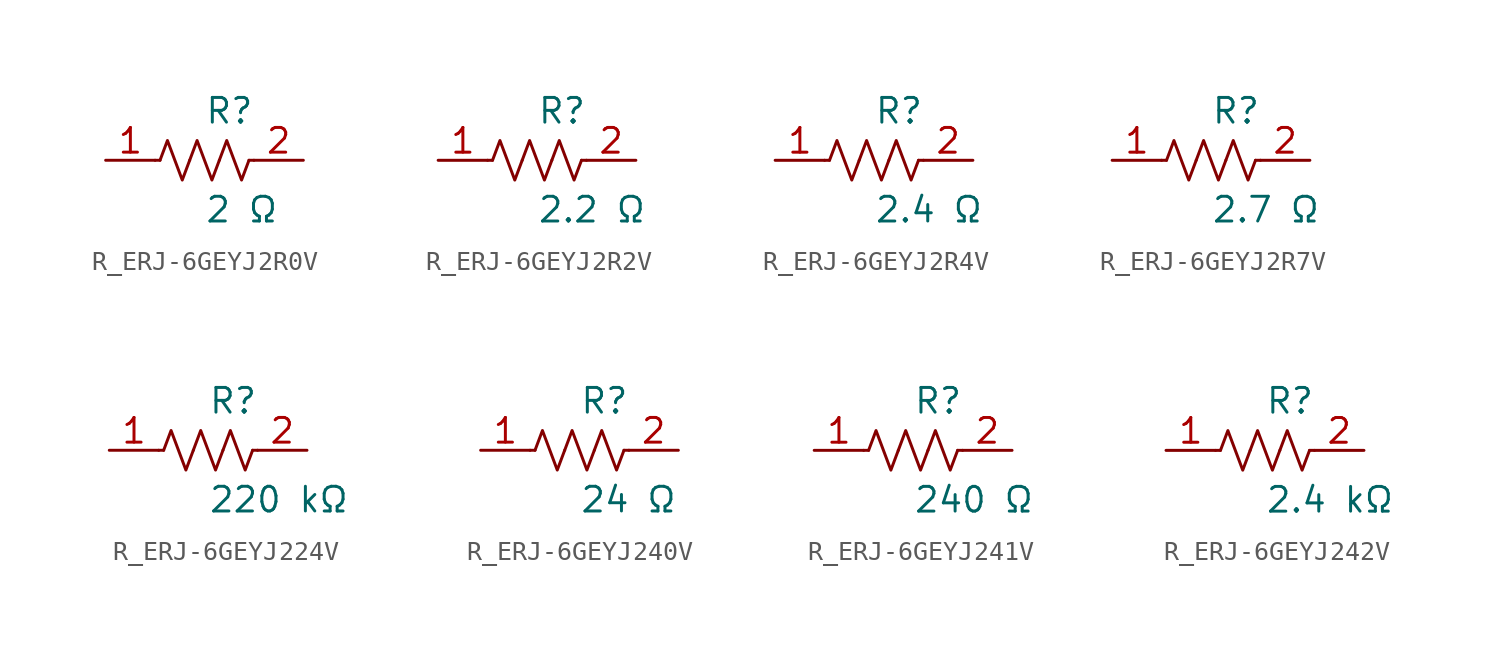
<source format=kicad_sym>
(kicad_symbol_lib
  (version 20231120)
  (generator kicad_symbol_editor)
  (generator_version 8.0)
  (symbol "R_ERJ-6GEYJ2R0V"
    (pin_names
      (offset 0.254))
    (property "Reference" "R"
      (at 0.0 2.54 0)
      (effects (font (size 1.27 1.27)) (justify left)))
    (property "Value" "2 Ω"
      (at 0.0 -2.54 0)
      (effects (font (size 1.27 1.27)) (justify left)))
    (symbol "R_ERJ-6GEYJ2R0V_0_1"
      (polyline (pts (xy 2.286 0) (xy 2.54 0)) (stroke (width 0) (type default)) (fill (type none)))
      (polyline (pts (xy -2.286 0) (xy -2.54 0)) (stroke (width 0) (type default)) (fill (type none)))
      (polyline (pts (xy 0.762 0) (xy 1.143 1.016) (xy 1.524 0) (xy 1.905 -1.016) (xy 2.286 0)) (stroke (width 0) (type default)) (fill (type none)))
      (polyline (pts (xy -0.762 0) (xy -0.381 1.016) (xy 0 0) (xy 0.381 -1.016) (xy 0.762 0)) (stroke (width 0) (type default)) (fill (type none)))
      (polyline (pts (xy -2.286 0) (xy -1.905 1.016) (xy -1.524 0) (xy -1.143 -1.016) (xy -0.762 0)) (stroke (width 0) (type default)) (fill (type none))))
    (pin unspecified line
      (at -5.08 0 0)
      (length 2.54)
      (name "" (effects (font (size 1.27 1.27))))
      (number "1" (effects (font (size 1.27 1.27)))))
    (pin unspecified line
      (at 5.08 0 180)
      (length 2.54)
      (name "" (effects (font (size 1.27 1.27))))
      (number "2" (effects (font (size 1.27 1.27))))))
  (symbol "R_ERJ-6GEYJ2R2V"
    (pin_names
      (offset 0.254))
    (property "Reference" "R"
      (at 0.0 2.54 0)
      (effects (font (size 1.27 1.27)) (justify left)))
    (property "Value" "2.2 Ω"
      (at 0.0 -2.54 0)
      (effects (font (size 1.27 1.27)) (justify left)))
    (symbol "R_ERJ-6GEYJ2R2V_0_1"
      (polyline (pts (xy 2.286 0) (xy 2.54 0)) (stroke (width 0) (type default)) (fill (type none)))
      (polyline (pts (xy -2.286 0) (xy -2.54 0)) (stroke (width 0) (type default)) (fill (type none)))
      (polyline (pts (xy 0.762 0) (xy 1.143 1.016) (xy 1.524 0) (xy 1.905 -1.016) (xy 2.286 0)) (stroke (width 0) (type default)) (fill (type none)))
      (polyline (pts (xy -0.762 0) (xy -0.381 1.016) (xy 0 0) (xy 0.381 -1.016) (xy 0.762 0)) (stroke (width 0) (type default)) (fill (type none)))
      (polyline (pts (xy -2.286 0) (xy -1.905 1.016) (xy -1.524 0) (xy -1.143 -1.016) (xy -0.762 0)) (stroke (width 0) (type default)) (fill (type none))))
    (pin unspecified line
      (at -5.08 0 0)
      (length 2.54)
      (name "" (effects (font (size 1.27 1.27))))
      (number "1" (effects (font (size 1.27 1.27)))))
    (pin unspecified line
      (at 5.08 0 180)
      (length 2.54)
      (name "" (effects (font (size 1.27 1.27))))
      (number "2" (effects (font (size 1.27 1.27))))))
  (symbol "R_ERJ-6GEYJ2R4V"
    (pin_names
      (offset 0.254))
    (property "Reference" "R"
      (at 0.0 2.54 0)
      (effects (font (size 1.27 1.27)) (justify left)))
    (property "Value" "2.4 Ω"
      (at 0.0 -2.54 0)
      (effects (font (size 1.27 1.27)) (justify left)))
    (symbol "R_ERJ-6GEYJ2R4V_0_1"
      (polyline (pts (xy 2.286 0) (xy 2.54 0)) (stroke (width 0) (type default)) (fill (type none)))
      (polyline (pts (xy -2.286 0) (xy -2.54 0)) (stroke (width 0) (type default)) (fill (type none)))
      (polyline (pts (xy 0.762 0) (xy 1.143 1.016) (xy 1.524 0) (xy 1.905 -1.016) (xy 2.286 0)) (stroke (width 0) (type default)) (fill (type none)))
      (polyline (pts (xy -0.762 0) (xy -0.381 1.016) (xy 0 0) (xy 0.381 -1.016) (xy 0.762 0)) (stroke (width 0) (type default)) (fill (type none)))
      (polyline (pts (xy -2.286 0) (xy -1.905 1.016) (xy -1.524 0) (xy -1.143 -1.016) (xy -0.762 0)) (stroke (width 0) (type default)) (fill (type none))))
    (pin unspecified line
      (at -5.08 0 0)
      (length 2.54)
      (name "" (effects (font (size 1.27 1.27))))
      (number "1" (effects (font (size 1.27 1.27)))))
    (pin unspecified line
      (at 5.08 0 180)
      (length 2.54)
      (name "" (effects (font (size 1.27 1.27))))
      (number "2" (effects (font (size 1.27 1.27))))))
  (symbol "R_ERJ-6GEYJ2R7V"
    (pin_names
      (offset 0.254))
    (property "Reference" "R"
      (at 0.0 2.54 0)
      (effects (font (size 1.27 1.27)) (justify left)))
    (property "Value" "2.7 Ω"
      (at 0.0 -2.54 0)
      (effects (font (size 1.27 1.27)) (justify left)))
    (symbol "R_ERJ-6GEYJ2R7V_0_1"
      (polyline (pts (xy 2.286 0) (xy 2.54 0)) (stroke (width 0) (type default)) (fill (type none)))
      (polyline (pts (xy -2.286 0) (xy -2.54 0)) (stroke (width 0) (type default)) (fill (type none)))
      (polyline (pts (xy 0.762 0) (xy 1.143 1.016) (xy 1.524 0) (xy 1.905 -1.016) (xy 2.286 0)) (stroke (width 0) (type default)) (fill (type none)))
      (polyline (pts (xy -0.762 0) (xy -0.381 1.016) (xy 0 0) (xy 0.381 -1.016) (xy 0.762 0)) (stroke (width 0) (type default)) (fill (type none)))
      (polyline (pts (xy -2.286 0) (xy -1.905 1.016) (xy -1.524 0) (xy -1.143 -1.016) (xy -0.762 0)) (stroke (width 0) (type default)) (fill (type none))))
    (pin unspecified line
      (at -5.08 0 0)
      (length 2.54)
      (name "" (effects (font (size 1.27 1.27))))
      (number "1" (effects (font (size 1.27 1.27)))))
    (pin unspecified line
      (at 5.08 0 180)
      (length 2.54)
      (name "" (effects (font (size 1.27 1.27))))
      (number "2" (effects (font (size 1.27 1.27))))))
  (symbol "R_ERJ-6GEYJ224V"
    (pin_names
      (offset 0.254))
    (property "Reference" "R"
      (at 0.0 2.54 0)
      (effects (font (size 1.27 1.27)) (justify left)))
    (property "Value" "220 kΩ"
      (at 0.0 -2.54 0)
      (effects (font (size 1.27 1.27)) (justify left)))
    (symbol "R_ERJ-6GEYJ224V_0_1"
      (polyline (pts (xy 2.286 0) (xy 2.54 0)) (stroke (width 0) (type default)) (fill (type none)))
      (polyline (pts (xy -2.286 0) (xy -2.54 0)) (stroke (width 0) (type default)) (fill (type none)))
      (polyline (pts (xy 0.762 0) (xy 1.143 1.016) (xy 1.524 0) (xy 1.905 -1.016) (xy 2.286 0)) (stroke (width 0) (type default)) (fill (type none)))
      (polyline (pts (xy -0.762 0) (xy -0.381 1.016) (xy 0 0) (xy 0.381 -1.016) (xy 0.762 0)) (stroke (width 0) (type default)) (fill (type none)))
      (polyline (pts (xy -2.286 0) (xy -1.905 1.016) (xy -1.524 0) (xy -1.143 -1.016) (xy -0.762 0)) (stroke (width 0) (type default)) (fill (type none))))
    (pin unspecified line
      (at -5.08 0 0)
      (length 2.54)
      (name "" (effects (font (size 1.27 1.27))))
      (number "1" (effects (font (size 1.27 1.27)))))
    (pin unspecified line
      (at 5.08 0 180)
      (length 2.54)
      (name "" (effects (font (size 1.27 1.27))))
      (number "2" (effects (font (size 1.27 1.27))))))
  (symbol "R_ERJ-6GEYJ240V"
    (pin_names
      (offset 0.254))
    (property "Reference" "R"
      (at 0.0 2.54 0)
      (effects (font (size 1.27 1.27)) (justify left)))
    (property "Value" "24 Ω"
      (at 0.0 -2.54 0)
      (effects (font (size 1.27 1.27)) (justify left)))
    (symbol "R_ERJ-6GEYJ240V_0_1"
      (polyline (pts (xy 2.286 0) (xy 2.54 0)) (stroke (width 0) (type default)) (fill (type none)))
      (polyline (pts (xy -2.286 0) (xy -2.54 0)) (stroke (width 0) (type default)) (fill (type none)))
      (polyline (pts (xy 0.762 0) (xy 1.143 1.016) (xy 1.524 0) (xy 1.905 -1.016) (xy 2.286 0)) (stroke (width 0) (type default)) (fill (type none)))
      (polyline (pts (xy -0.762 0) (xy -0.381 1.016) (xy 0 0) (xy 0.381 -1.016) (xy 0.762 0)) (stroke (width 0) (type default)) (fill (type none)))
      (polyline (pts (xy -2.286 0) (xy -1.905 1.016) (xy -1.524 0) (xy -1.143 -1.016) (xy -0.762 0)) (stroke (width 0) (type default)) (fill (type none))))
    (pin unspecified line
      (at -5.08 0 0)
      (length 2.54)
      (name "" (effects (font (size 1.27 1.27))))
      (number "1" (effects (font (size 1.27 1.27)))))
    (pin unspecified line
      (at 5.08 0 180)
      (length 2.54)
      (name "" (effects (font (size 1.27 1.27))))
      (number "2" (effects (font (size 1.27 1.27))))))
  (symbol "R_ERJ-6GEYJ241V"
    (pin_names
      (offset 0.254))
    (property "Reference" "R"
      (at 0.0 2.54 0)
      (effects (font (size 1.27 1.27)) (justify left)))
    (property "Value" "240 Ω"
      (at 0.0 -2.54 0)
      (effects (font (size 1.27 1.27)) (justify left)))
    (symbol "R_ERJ-6GEYJ241V_0_1"
      (polyline (pts (xy 2.286 0) (xy 2.54 0)) (stroke (width 0) (type default)) (fill (type none)))
      (polyline (pts (xy -2.286 0) (xy -2.54 0)) (stroke (width 0) (type default)) (fill (type none)))
      (polyline (pts (xy 0.762 0) (xy 1.143 1.016) (xy 1.524 0) (xy 1.905 -1.016) (xy 2.286 0)) (stroke (width 0) (type default)) (fill (type none)))
      (polyline (pts (xy -0.762 0) (xy -0.381 1.016) (xy 0 0) (xy 0.381 -1.016) (xy 0.762 0)) (stroke (width 0) (type default)) (fill (type none)))
      (polyline (pts (xy -2.286 0) (xy -1.905 1.016) (xy -1.524 0) (xy -1.143 -1.016) (xy -0.762 0)) (stroke (width 0) (type default)) (fill (type none))))
    (pin unspecified line
      (at -5.08 0 0)
      (length 2.54)
      (name "" (effects (font (size 1.27 1.27))))
      (number "1" (effects (font (size 1.27 1.27)))))
    (pin unspecified line
      (at 5.08 0 180)
      (length 2.54)
      (name "" (effects (font (size 1.27 1.27))))
      (number "2" (effects (font (size 1.27 1.27))))))
  (symbol "R_ERJ-6GEYJ242V"
    (pin_names
      (offset 0.254))
    (property "Reference" "R"
      (at 0.0 2.54 0)
      (effects (font (size 1.27 1.27)) (justify left)))
    (property "Value" "2.4 kΩ"
      (at 0.0 -2.54 0)
      (effects (font (size 1.27 1.27)) (justify left)))
    (symbol "R_ERJ-6GEYJ242V_0_1"
      (polyline (pts (xy 2.286 0) (xy 2.54 0)) (stroke (width 0) (type default)) (fill (type none)))
      (polyline (pts (xy -2.286 0) (xy -2.54 0)) (stroke (width 0) (type default)) (fill (type none)))
      (polyline (pts (xy 0.762 0) (xy 1.143 1.016) (xy 1.524 0) (xy 1.905 -1.016) (xy 2.286 0)) (stroke (width 0) (type default)) (fill (type none)))
      (polyline (pts (xy -0.762 0) (xy -0.381 1.016) (xy 0 0) (xy 0.381 -1.016) (xy 0.762 0)) (stroke (width 0) (type default)) (fill (type none)))
      (polyline (pts (xy -2.286 0) (xy -1.905 1.016) (xy -1.524 0) (xy -1.143 -1.016) (xy -0.762 0)) (stroke (width 0) (type default)) (fill (type none))))
    (pin unspecified line
      (at -5.08 0 0)
      (length 2.54)
      (name "" (effects (font (size 1.27 1.27))))
      (number "1" (effects (font (size 1.27 1.27)))))
    (pin unspecified line
      (at 5.08 0 180)
      (length 2.54)
      (name "" (effects (font (size 1.27 1.27))))
      (number "2" (effects (font (size 1.27 1.27)))))))
</source>
